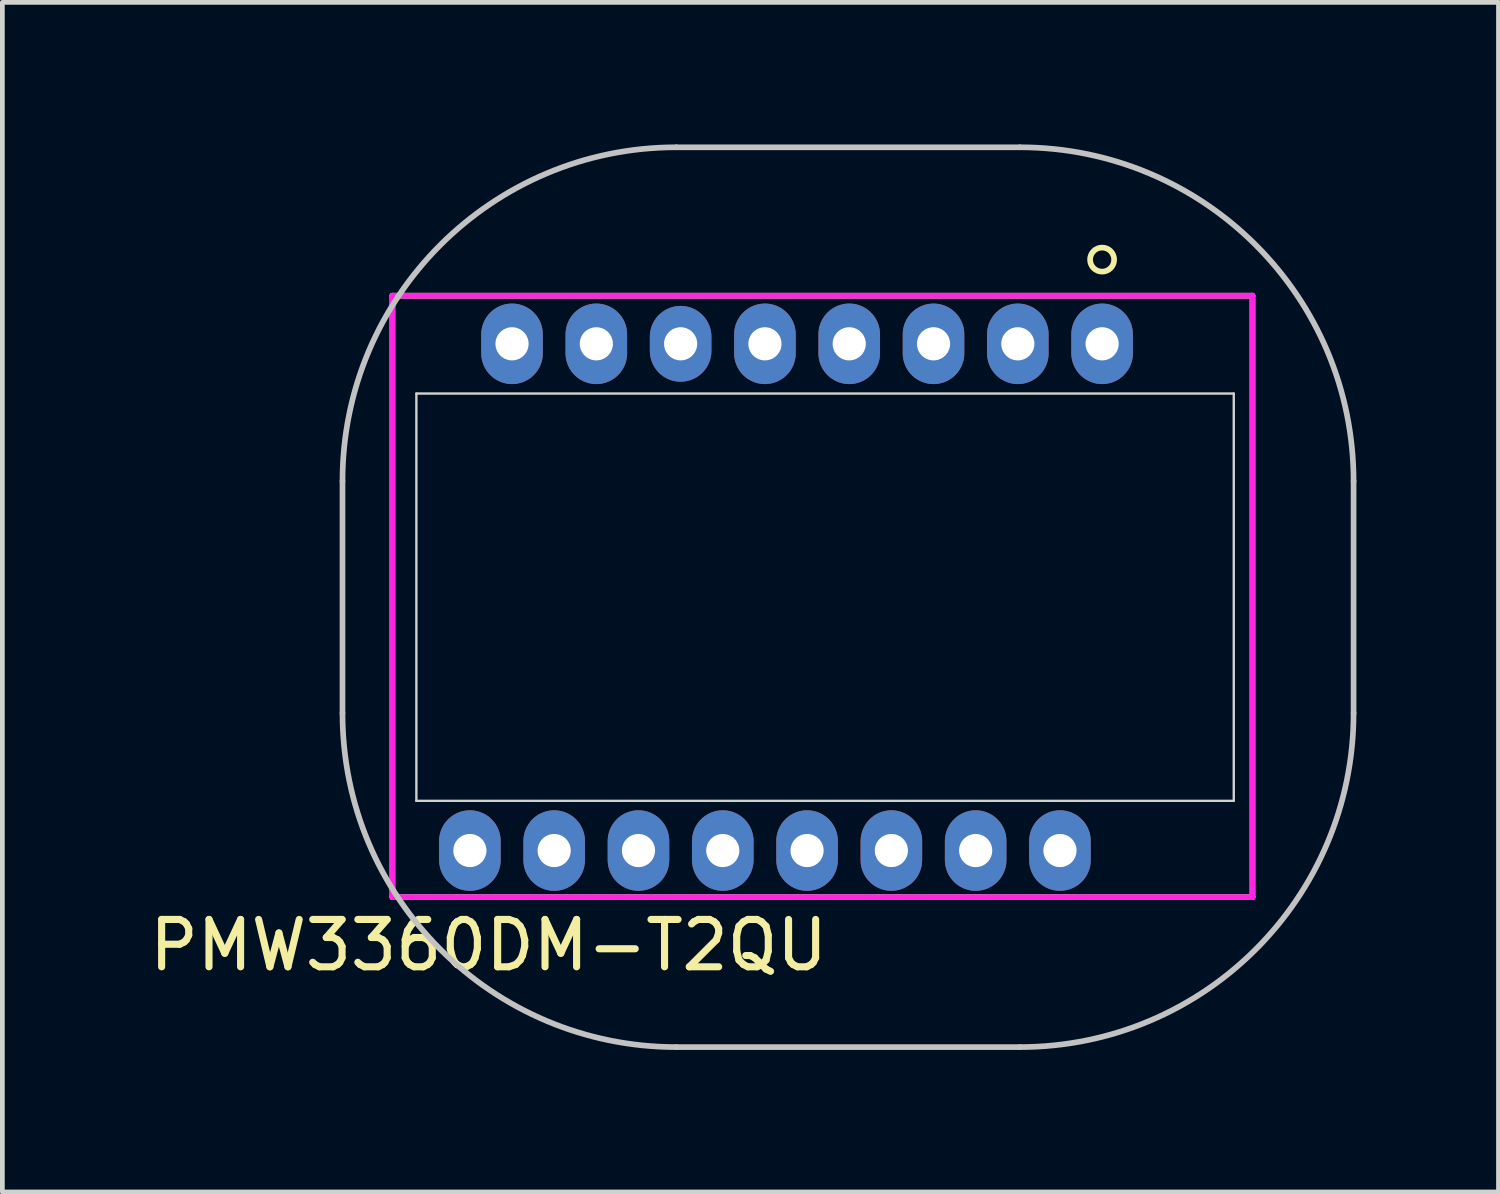
<source format=kicad_pcb>
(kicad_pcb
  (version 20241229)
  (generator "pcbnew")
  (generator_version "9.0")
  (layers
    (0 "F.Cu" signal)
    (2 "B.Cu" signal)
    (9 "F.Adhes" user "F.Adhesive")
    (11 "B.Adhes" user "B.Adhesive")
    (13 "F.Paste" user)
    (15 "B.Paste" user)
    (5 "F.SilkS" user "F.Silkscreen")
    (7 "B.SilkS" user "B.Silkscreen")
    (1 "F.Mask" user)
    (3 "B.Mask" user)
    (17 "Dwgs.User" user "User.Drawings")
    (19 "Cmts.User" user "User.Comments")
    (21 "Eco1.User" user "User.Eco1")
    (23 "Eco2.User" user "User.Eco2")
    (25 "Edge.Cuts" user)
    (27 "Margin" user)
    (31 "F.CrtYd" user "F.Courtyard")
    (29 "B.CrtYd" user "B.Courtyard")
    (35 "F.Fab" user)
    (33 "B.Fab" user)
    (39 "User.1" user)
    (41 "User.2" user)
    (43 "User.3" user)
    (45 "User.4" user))
  (footprint "PMW3360DM-T2QU"
    (layer "F.Cu")
    (at 20.222 4.21)
    (property "Reference" "PMW3360DM-T2QU" (at -12.954 12.7 0) (layer "F.SilkS") (effects (font (size 1 1) (thickness 0.15))))
    (attr through_hole)
    (fp_line (start -14.986 -1.016) (end 3.175 -1.016) (stroke (width 0.12) (type solid)) (layer "F.SilkS"))
    (fp_line (start -14.986 11.684) (end -14.986 -1.016) (stroke (width 0.12) (type solid)) (layer "F.SilkS"))
    (fp_line (start 3.175 -1.016) (end 3.175 11.684) (stroke (width 0.12) (type solid)) (layer "F.SilkS"))
    (fp_line (start 3.175 11.684) (end -14.986 11.684) (stroke (width 0.12) (type solid)) (layer "F.SilkS"))
    (fp_circle (center 0 -1.778) (end 0.254 -1.778) (stroke (width 0.12) (type solid)) (fill no) (layer "F.SilkS"))
    (fp_line (start -16.04 2.9) (end -16.04 7.8) (stroke (width 0.12) (type solid)) (layer "Dwgs.User"))
    (fp_line (start -1.74 -4.15) (end -8.99 -4.15) (stroke (width 0.12) (type solid)) (layer "Dwgs.User"))
    (fp_line (start -1.74 14.85) (end -8.99 14.85) (stroke (width 0.12) (type solid)) (layer "Dwgs.User"))
    (fp_line (start 5.31 2.9) (end 5.31 7.8) (stroke (width 0.12) (type solid)) (layer "Dwgs.User"))
    (fp_arc (start -16.04 2.9) (mid -13.975103 -2.085103) (end -8.99 -4.15) (stroke (width 0.12) (type solid)) (layer "Dwgs.User"))
    (fp_arc (start -8.99 14.85) (mid -13.975103 12.785103) (end -16.04 7.8) (stroke (width 0.12) (type solid)) (layer "Dwgs.User"))
    (fp_arc (start -1.74 -4.15) (mid 3.245103 -2.085103) (end 5.31 2.9) (stroke (width 0.12) (type solid)) (layer "Dwgs.User"))
    (fp_arc (start 5.31 7.8) (mid 3.245103 12.785103) (end -1.74 14.85) (stroke (width 0.12) (type solid)) (layer "Dwgs.User"))
    (fp_line (start -14.48 1.05) (end -14.48 9.65) (stroke (width 0.12) (type solid)) (layer "Eco1.User"))
    (fp_line (start 2.78 1.05) (end -14.48 1.05) (stroke (width 0.12) (type solid)) (layer "Eco1.User"))
    (fp_line (start 2.78 1.05) (end 2.78 9.65) (stroke (width 0.12) (type solid)) (layer "Eco1.User"))
    (fp_line (start 2.78 9.65) (end -14.48 9.65) (stroke (width 0.12) (type solid)) (layer "Eco1.User"))
    (fp_line (start -14.48 1.05) (end -14.48 9.65) (stroke (width 0.05) (type solid)) (layer "Edge.Cuts"))
    (fp_line (start 2.78 1.05) (end -14.48 1.05) (stroke (width 0.05) (type solid)) (layer "Edge.Cuts"))
    (fp_line (start 2.78 1.05) (end 2.78 9.65) (stroke (width 0.05) (type solid)) (layer "Edge.Cuts"))
    (fp_line (start 2.78 9.65) (end -14.48 9.65) (stroke (width 0.05) (type solid)) (layer "Edge.Cuts"))
    (fp_line (start -14.986 -1.016) (end 3.175 -1.016) (stroke (width 0.12) (type solid)) (layer "F.CrtYd"))
    (fp_line (start -14.986 11.684) (end -14.986 -1.016) (stroke (width 0.12) (type solid)) (layer "F.CrtYd"))
    (fp_line (start 3.175 -1.016) (end 3.175 11.684) (stroke (width 0.12) (type solid)) (layer "F.CrtYd"))
    (fp_line (start 3.175 11.684) (end -14.986 11.684) (stroke (width 0.12) (type solid)) (layer "F.CrtYd"))
    (pad "1" thru_hole oval (at 0 0) (size 1.3 1.7) (drill 0.7) (layers "*.Cu" "*.Mask"))
    (pad "2" thru_hole oval (at -1.78 0) (size 1.3 1.7) (drill 0.7) (layers "*.Cu" "*.Mask"))
    (pad "3" thru_hole oval (at -3.56 0) (size 1.3 1.7) (drill 0.7) (layers "*.Cu" "*.Mask"))
    (pad "4" thru_hole oval (at -5.34 0) (size 1.3 1.7) (drill 0.7) (layers "*.Cu" "*.Mask"))
    (pad "5" thru_hole oval (at -7.12 0) (size 1.3 1.7) (drill 0.7) (layers "*.Cu" "*.Mask"))
    (pad "6" thru_hole oval (at -8.9 0) (size 1.3 1.6) (drill 0.7) (layers "*.Cu" "*.Mask"))
    (pad "7" thru_hole oval (at -10.68 0) (size 1.3 1.7) (drill 0.7) (layers "*.Cu" "*.Mask"))
    (pad "8" thru_hole oval (at -12.46 0) (size 1.3 1.7) (drill 0.7) (layers "*.Cu" "*.Mask"))
    (pad "9" thru_hole oval (at -13.35 10.7) (size 1.3 1.7) (drill 0.7) (layers "*.Cu" "*.Mask"))
    (pad "10" thru_hole oval (at -11.57 10.7) (size 1.3 1.7) (drill 0.7) (layers "*.Cu" "*.Mask"))
    (pad "11" thru_hole oval (at -9.79 10.7) (size 1.3 1.7) (drill 0.7) (layers "*.Cu" "*.Mask"))
    (pad "12" thru_hole oval (at -8.01 10.7) (size 1.3 1.7) (drill 0.7) (layers "*.Cu" "*.Mask"))
    (pad "13" thru_hole oval (at -6.23 10.7) (size 1.3 1.7) (drill 0.7) (layers "*.Cu" "*.Mask"))
    (pad "14" thru_hole oval (at -4.45 10.7) (size 1.3 1.7) (drill 0.7) (layers "*.Cu" "*.Mask"))
    (pad "15" thru_hole oval (at -2.67 10.7) (size 1.3 1.7) (drill 0.7) (layers "*.Cu" "*.Mask"))
    (pad "16" thru_hole oval (at -0.89 10.7) (size 1.3 1.7) (drill 0.7) (layers "*.Cu" "*.Mask")))
  (gr_rect
    (start -3 -3)
    (end 28.592 22.12)
    (stroke (width 0.1) (type default))
    (fill no)
    (layer "Edge.Cuts")))
</source>
